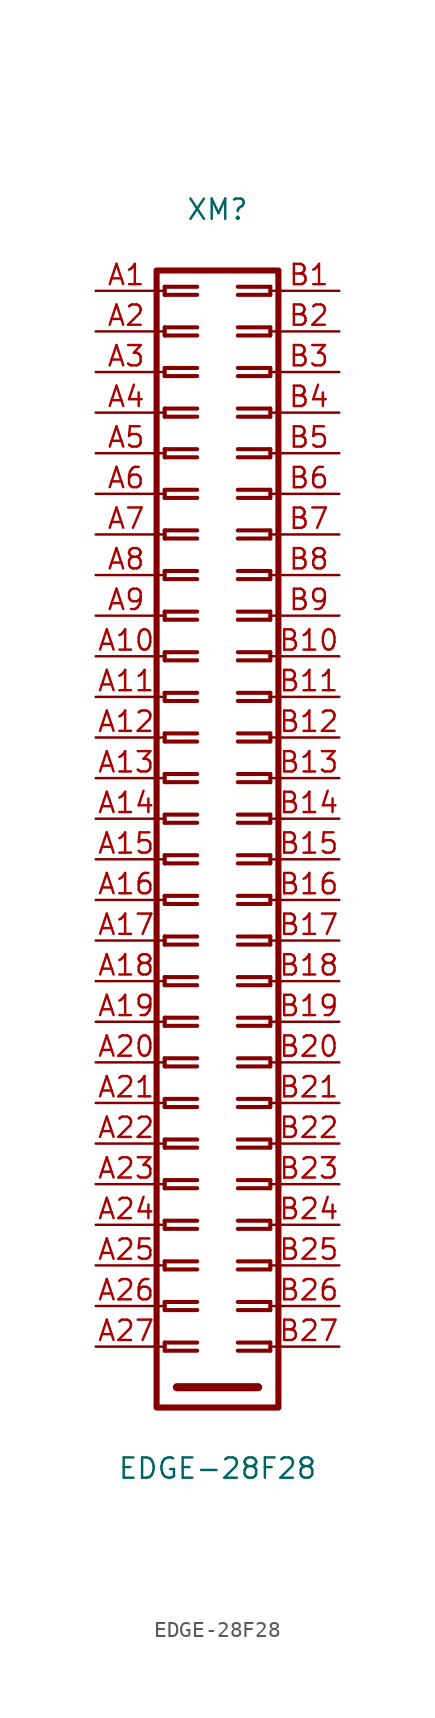
<source format=kicad_sym>
(kicad_symbol_lib
  (version 20231120)
  (generator "kicad_symbol_editor")
  (generator_version "8.0")
  (symbol "EDGE-28F28"
    (pin_names
      (offset 1.016))
    (property "Reference" "XM"
      (at 0 39.37 0)
      (effects (font (size 1.27 1.27))))
    (property "Value" "EDGE-28F28"
      (at 0 -39.37 0)
      (effects (font (size 1.27 1.27))))
    (symbol "EDGE-28F28_0_0"
      (polyline (pts (xy -2.54 -34.29) (xy 2.54 -34.29)) (stroke (width 0.508) (type default)) (fill (type none))))
    (symbol "EDGE-28F28_0_1"
      (rectangle (start -3.81 35.56) (end 3.81 -35.56) (stroke (width 0.381) (type default)) (fill (type none)))
      (polyline (pts (xy -3.81 -31.75) (xy -3.302 -31.75)) (stroke (width 0) (type default)) (fill (type none)))
      (polyline (pts (xy -3.81 -29.21) (xy -3.302 -29.21)) (stroke (width 0) (type default)) (fill (type none)))
      (polyline (pts (xy -3.81 -26.67) (xy -3.302 -26.67)) (stroke (width 0) (type default)) (fill (type none)))
      (polyline (pts (xy -3.81 -24.13) (xy -3.302 -24.13)) (stroke (width 0) (type default)) (fill (type none)))
      (polyline (pts (xy -3.81 -21.59) (xy -3.302 -21.59)) (stroke (width 0) (type default)) (fill (type none)))
      (polyline (pts (xy -3.81 -19.05) (xy -3.302 -19.05)) (stroke (width 0) (type default)) (fill (type none)))
      (polyline (pts (xy -3.81 -16.51) (xy -3.302 -16.51)) (stroke (width 0) (type default)) (fill (type none)))
      (polyline (pts (xy -3.81 -13.97) (xy -3.302 -13.97)) (stroke (width 0) (type default)) (fill (type none)))
      (polyline (pts (xy -3.81 -11.43) (xy -3.302 -11.43)) (stroke (width 0) (type default)) (fill (type none)))
      (polyline (pts (xy -3.81 -8.89) (xy -3.302 -8.89)) (stroke (width 0) (type default)) (fill (type none)))
      (polyline (pts (xy -3.81 -6.35) (xy -3.302 -6.35)) (stroke (width 0) (type default)) (fill (type none)))
      (polyline (pts (xy -3.81 -3.81) (xy -3.302 -3.81)) (stroke (width 0) (type default)) (fill (type none)))
      (polyline (pts (xy -3.81 -1.27) (xy -3.302 -1.27)) (stroke (width 0) (type default)) (fill (type none)))
      (polyline (pts (xy -3.81 1.27) (xy -3.302 1.27)) (stroke (width 0) (type default)) (fill (type none)))
      (polyline (pts (xy -3.81 3.81) (xy -3.302 3.81)) (stroke (width 0) (type default)) (fill (type none)))
      (polyline (pts (xy -3.81 6.35) (xy -3.302 6.35)) (stroke (width 0) (type default)) (fill (type none)))
      (polyline (pts (xy -3.81 8.89) (xy -3.302 8.89)) (stroke (width 0) (type default)) (fill (type none)))
      (polyline (pts (xy -3.81 11.43) (xy -3.302 11.43)) (stroke (width 0) (type default)) (fill (type none)))
      (polyline (pts (xy -3.81 13.97) (xy -3.302 13.97)) (stroke (width 0) (type default)) (fill (type none)))
      (polyline (pts (xy -3.81 16.51) (xy -3.302 16.51)) (stroke (width 0) (type default)) (fill (type none)))
      (polyline (pts (xy -3.81 19.05) (xy -3.302 19.05)) (stroke (width 0) (type default)) (fill (type none)))
      (polyline (pts (xy -3.81 21.59) (xy -3.302 21.59)) (stroke (width 0) (type default)) (fill (type none)))
      (polyline (pts (xy -3.81 24.13) (xy -3.302 24.13)) (stroke (width 0) (type default)) (fill (type none)))
      (polyline (pts (xy -3.81 26.67) (xy -3.302 26.67)) (stroke (width 0) (type default)) (fill (type none)))
      (polyline (pts (xy -3.81 29.21) (xy -3.302 29.21)) (stroke (width 0) (type default)) (fill (type none)))
      (polyline (pts (xy -3.81 31.75) (xy -3.302 31.75)) (stroke (width 0) (type default)) (fill (type none)))
      (polyline (pts (xy -3.81 34.29) (xy -3.302 34.29)) (stroke (width 0) (type default)) (fill (type none)))
      (polyline (pts (xy -3.302 -32.004) (xy -3.302 -31.496)) (stroke (width 0.254) (type default)) (fill (type none)))
      (polyline (pts (xy -3.302 -32.004) (xy -1.27 -32.004)) (stroke (width 0.254) (type default)) (fill (type none)))
      (polyline (pts (xy -3.302 -31.496) (xy -1.27 -31.496)) (stroke (width 0.254) (type default)) (fill (type none)))
      (polyline (pts (xy -3.302 -29.464) (xy -3.302 -28.956)) (stroke (width 0.254) (type default)) (fill (type none)))
      (polyline (pts (xy -3.302 -29.464) (xy -1.27 -29.464)) (stroke (width 0.254) (type default)) (fill (type none)))
      (polyline (pts (xy -3.302 -28.956) (xy -1.27 -28.956)) (stroke (width 0.254) (type default)) (fill (type none)))
      (polyline (pts (xy -3.302 -26.924) (xy -3.302 -26.416)) (stroke (width 0.254) (type default)) (fill (type none)))
      (polyline (pts (xy -3.302 -26.924) (xy -1.27 -26.924)) (stroke (width 0.254) (type default)) (fill (type none)))
      (polyline (pts (xy -3.302 -26.416) (xy -1.27 -26.416)) (stroke (width 0.254) (type default)) (fill (type none)))
      (polyline (pts (xy -3.302 -24.384) (xy -3.302 -23.876)) (stroke (width 0.254) (type default)) (fill (type none)))
      (polyline (pts (xy -3.302 -24.384) (xy -1.27 -24.384)) (stroke (width 0.254) (type default)) (fill (type none)))
      (polyline (pts (xy -3.302 -23.876) (xy -1.27 -23.876)) (stroke (width 0.254) (type default)) (fill (type none)))
      (polyline (pts (xy -3.302 -21.844) (xy -3.302 -21.336)) (stroke (width 0.254) (type default)) (fill (type none)))
      (polyline (pts (xy -3.302 -21.844) (xy -1.27 -21.844)) (stroke (width 0.254) (type default)) (fill (type none)))
      (polyline (pts (xy -3.302 -21.336) (xy -1.27 -21.336)) (stroke (width 0.254) (type default)) (fill (type none)))
      (polyline (pts (xy -3.302 -19.304) (xy -3.302 -18.796)) (stroke (width 0.254) (type default)) (fill (type none)))
      (polyline (pts (xy -3.302 -19.304) (xy -1.27 -19.304)) (stroke (width 0.254) (type default)) (fill (type none)))
      (polyline (pts (xy -3.302 -18.796) (xy -1.27 -18.796)) (stroke (width 0.254) (type default)) (fill (type none)))
      (polyline (pts (xy -3.302 -16.764) (xy -3.302 -16.256)) (stroke (width 0.254) (type default)) (fill (type none)))
      (polyline (pts (xy -3.302 -16.764) (xy -1.27 -16.764)) (stroke (width 0.254) (type default)) (fill (type none)))
      (polyline (pts (xy -3.302 -16.256) (xy -1.27 -16.256)) (stroke (width 0.254) (type default)) (fill (type none)))
      (polyline (pts (xy -3.302 -14.224) (xy -3.302 -13.716)) (stroke (width 0.254) (type default)) (fill (type none)))
      (polyline (pts (xy -3.302 -14.224) (xy -1.27 -14.224)) (stroke (width 0.254) (type default)) (fill (type none)))
      (polyline (pts (xy -3.302 -13.716) (xy -1.27 -13.716)) (stroke (width 0.254) (type default)) (fill (type none)))
      (polyline (pts (xy -3.302 -11.684) (xy -3.302 -11.176)) (stroke (width 0.254) (type default)) (fill (type none)))
      (polyline (pts (xy -3.302 -11.684) (xy -1.27 -11.684)) (stroke (width 0.254) (type default)) (fill (type none)))
      (polyline (pts (xy -3.302 -11.176) (xy -1.27 -11.176)) (stroke (width 0.254) (type default)) (fill (type none)))
      (polyline (pts (xy -3.302 -9.144) (xy -3.302 -8.636)) (stroke (width 0.254) (type default)) (fill (type none)))
      (polyline (pts (xy -3.302 -9.144) (xy -1.27 -9.144)) (stroke (width 0.254) (type default)) (fill (type none)))
      (polyline (pts (xy -3.302 -8.636) (xy -1.27 -8.636)) (stroke (width 0.254) (type default)) (fill (type none)))
      (polyline (pts (xy -3.302 -6.604) (xy -3.302 -6.096)) (stroke (width 0.254) (type default)) (fill (type none)))
      (polyline (pts (xy -3.302 -6.604) (xy -1.27 -6.604)) (stroke (width 0.254) (type default)) (fill (type none)))
      (polyline (pts (xy -3.302 -6.096) (xy -1.27 -6.096)) (stroke (width 0.254) (type default)) (fill (type none)))
      (polyline (pts (xy -3.302 -4.064) (xy -3.302 -3.556)) (stroke (width 0.254) (type default)) (fill (type none)))
      (polyline (pts (xy -3.302 -4.064) (xy -1.27 -4.064)) (stroke (width 0.254) (type default)) (fill (type none)))
      (polyline (pts (xy -3.302 -3.556) (xy -1.27 -3.556)) (stroke (width 0.254) (type default)) (fill (type none)))
      (polyline (pts (xy -3.302 -1.524) (xy -3.302 -1.016)) (stroke (width 0.254) (type default)) (fill (type none)))
      (polyline (pts (xy -3.302 -1.524) (xy -1.27 -1.524)) (stroke (width 0.254) (type default)) (fill (type none)))
      (polyline (pts (xy -3.302 -1.016) (xy -1.27 -1.016)) (stroke (width 0.254) (type default)) (fill (type none)))
      (polyline (pts (xy -3.302 1.016) (xy -3.302 1.524)) (stroke (width 0.254) (type default)) (fill (type none)))
      (polyline (pts (xy -3.302 1.016) (xy -1.27 1.016)) (stroke (width 0.254) (type default)) (fill (type none)))
      (polyline (pts (xy -3.302 1.524) (xy -1.27 1.524)) (stroke (width 0.254) (type default)) (fill (type none)))
      (polyline (pts (xy -3.302 3.556) (xy -3.302 4.064)) (stroke (width 0.254) (type default)) (fill (type none)))
      (polyline (pts (xy -3.302 3.556) (xy -1.27 3.556)) (stroke (width 0.254) (type default)) (fill (type none)))
      (polyline (pts (xy -3.302 4.064) (xy -1.27 4.064)) (stroke (width 0.254) (type default)) (fill (type none)))
      (polyline (pts (xy -3.302 6.096) (xy -3.302 6.604)) (stroke (width 0.254) (type default)) (fill (type none)))
      (polyline (pts (xy -3.302 6.096) (xy -1.27 6.096)) (stroke (width 0.254) (type default)) (fill (type none)))
      (polyline (pts (xy -3.302 6.604) (xy -1.27 6.604)) (stroke (width 0.254) (type default)) (fill (type none)))
      (polyline (pts (xy -3.302 8.636) (xy -3.302 9.144)) (stroke (width 0.254) (type default)) (fill (type none)))
      (polyline (pts (xy -3.302 8.636) (xy -1.27 8.636)) (stroke (width 0.254) (type default)) (fill (type none)))
      (polyline (pts (xy -3.302 9.144) (xy -1.27 9.144)) (stroke (width 0.254) (type default)) (fill (type none)))
      (polyline (pts (xy -3.302 11.176) (xy -3.302 11.684)) (stroke (width 0.254) (type default)) (fill (type none)))
      (polyline (pts (xy -3.302 11.176) (xy -1.27 11.176)) (stroke (width 0.254) (type default)) (fill (type none)))
      (polyline (pts (xy -3.302 11.684) (xy -1.27 11.684)) (stroke (width 0.254) (type default)) (fill (type none)))
      (polyline (pts (xy -3.302 13.716) (xy -3.302 14.224)) (stroke (width 0.254) (type default)) (fill (type none)))
      (polyline (pts (xy -3.302 13.716) (xy -1.27 13.716)) (stroke (width 0.254) (type default)) (fill (type none)))
      (polyline (pts (xy -3.302 14.224) (xy -1.27 14.224)) (stroke (width 0.254) (type default)) (fill (type none)))
      (polyline (pts (xy -3.302 16.256) (xy -3.302 16.764)) (stroke (width 0.254) (type default)) (fill (type none)))
      (polyline (pts (xy -3.302 16.256) (xy -1.27 16.256)) (stroke (width 0.254) (type default)) (fill (type none)))
      (polyline (pts (xy -3.302 16.764) (xy -1.27 16.764)) (stroke (width 0.254) (type default)) (fill (type none)))
      (polyline (pts (xy -3.302 18.796) (xy -3.302 19.304)) (stroke (width 0.254) (type default)) (fill (type none)))
      (polyline (pts (xy -3.302 18.796) (xy -1.27 18.796)) (stroke (width 0.254) (type default)) (fill (type none)))
      (polyline (pts (xy -3.302 19.304) (xy -1.27 19.304)) (stroke (width 0.254) (type default)) (fill (type none)))
      (polyline (pts (xy -3.302 21.336) (xy -3.302 21.844)) (stroke (width 0.254) (type default)) (fill (type none)))
      (polyline (pts (xy -3.302 21.336) (xy -1.27 21.336)) (stroke (width 0.254) (type default)) (fill (type none)))
      (polyline (pts (xy -3.302 21.844) (xy -1.27 21.844)) (stroke (width 0.254) (type default)) (fill (type none)))
      (polyline (pts (xy -3.302 23.876) (xy -3.302 24.384)) (stroke (width 0.254) (type default)) (fill (type none)))
      (polyline (pts (xy -3.302 23.876) (xy -1.27 23.876)) (stroke (width 0.254) (type default)) (fill (type none)))
      (polyline (pts (xy -3.302 24.384) (xy -1.27 24.384)) (stroke (width 0.254) (type default)) (fill (type none)))
      (polyline (pts (xy -3.302 26.416) (xy -3.302 26.924)) (stroke (width 0.254) (type default)) (fill (type none)))
      (polyline (pts (xy -3.302 26.416) (xy -1.27 26.416)) (stroke (width 0.254) (type default)) (fill (type none)))
      (polyline (pts (xy -3.302 26.924) (xy -1.27 26.924)) (stroke (width 0.254) (type default)) (fill (type none)))
      (polyline (pts (xy -3.302 28.956) (xy -3.302 29.464)) (stroke (width 0.254) (type default)) (fill (type none)))
      (polyline (pts (xy -3.302 28.956) (xy -1.27 28.956)) (stroke (width 0.254) (type default)) (fill (type none)))
      (polyline (pts (xy -3.302 29.464) (xy -1.27 29.464)) (stroke (width 0.254) (type default)) (fill (type none)))
      (polyline (pts (xy -3.302 31.496) (xy -3.302 32.004)) (stroke (width 0.254) (type default)) (fill (type none)))
      (polyline (pts (xy -3.302 31.496) (xy -1.27 31.496)) (stroke (width 0.254) (type default)) (fill (type none)))
      (polyline (pts (xy -3.302 32.004) (xy -1.27 32.004)) (stroke (width 0.254) (type default)) (fill (type none)))
      (polyline (pts (xy -3.302 34.036) (xy -3.302 34.544)) (stroke (width 0.254) (type default)) (fill (type none)))
      (polyline (pts (xy -3.302 34.036) (xy -1.27 34.036)) (stroke (width 0.254) (type default)) (fill (type none)))
      (polyline (pts (xy -3.302 34.544) (xy -1.27 34.544)) (stroke (width 0.254) (type default)) (fill (type none)))
      (polyline (pts (xy 3.302 -32.004) (xy 1.27 -32.004)) (stroke (width 0.254) (type default)) (fill (type none)))
      (polyline (pts (xy 3.302 -32.004) (xy 3.302 -31.496)) (stroke (width 0.254) (type default)) (fill (type none)))
      (polyline (pts (xy 3.302 -31.496) (xy 1.27 -31.496)) (stroke (width 0.254) (type default)) (fill (type none)))
      (polyline (pts (xy 3.302 -29.464) (xy 1.27 -29.464)) (stroke (width 0.254) (type default)) (fill (type none)))
      (polyline (pts (xy 3.302 -29.464) (xy 3.302 -28.956)) (stroke (width 0.254) (type default)) (fill (type none)))
      (polyline (pts (xy 3.302 -28.956) (xy 1.27 -28.956)) (stroke (width 0.254) (type default)) (fill (type none)))
      (polyline (pts (xy 3.302 -26.924) (xy 1.27 -26.924)) (stroke (width 0.254) (type default)) (fill (type none)))
      (polyline (pts (xy 3.302 -26.924) (xy 3.302 -26.416)) (stroke (width 0.254) (type default)) (fill (type none)))
      (polyline (pts (xy 3.302 -26.416) (xy 1.27 -26.416)) (stroke (width 0.254) (type default)) (fill (type none)))
      (polyline (pts (xy 3.302 -24.384) (xy 1.27 -24.384)) (stroke (width 0.254) (type default)) (fill (type none)))
      (polyline (pts (xy 3.302 -24.384) (xy 3.302 -23.876)) (stroke (width 0.254) (type default)) (fill (type none)))
      (polyline (pts (xy 3.302 -23.876) (xy 1.27 -23.876)) (stroke (width 0.254) (type default)) (fill (type none)))
      (polyline (pts (xy 3.302 -21.844) (xy 1.27 -21.844)) (stroke (width 0.254) (type default)) (fill (type none)))
      (polyline (pts (xy 3.302 -21.844) (xy 3.302 -21.336)) (stroke (width 0.254) (type default)) (fill (type none)))
      (polyline (pts (xy 3.302 -21.336) (xy 1.27 -21.336)) (stroke (width 0.254) (type default)) (fill (type none)))
      (polyline (pts (xy 3.302 -19.304) (xy 1.27 -19.304)) (stroke (width 0.254) (type default)) (fill (type none)))
      (polyline (pts (xy 3.302 -19.304) (xy 3.302 -18.796)) (stroke (width 0.254) (type default)) (fill (type none)))
      (polyline (pts (xy 3.302 -18.796) (xy 1.27 -18.796)) (stroke (width 0.254) (type default)) (fill (type none)))
      (polyline (pts (xy 3.302 -16.764) (xy 1.27 -16.764)) (stroke (width 0.254) (type default)) (fill (type none)))
      (polyline (pts (xy 3.302 -16.764) (xy 3.302 -16.256)) (stroke (width 0.254) (type default)) (fill (type none)))
      (polyline (pts (xy 3.302 -16.256) (xy 1.27 -16.256)) (stroke (width 0.254) (type default)) (fill (type none)))
      (polyline (pts (xy 3.302 -14.224) (xy 1.27 -14.224)) (stroke (width 0.254) (type default)) (fill (type none)))
      (polyline (pts (xy 3.302 -14.224) (xy 3.302 -13.716)) (stroke (width 0.254) (type default)) (fill (type none)))
      (polyline (pts (xy 3.302 -13.716) (xy 1.27 -13.716)) (stroke (width 0.254) (type default)) (fill (type none)))
      (polyline (pts (xy 3.302 -11.684) (xy 1.27 -11.684)) (stroke (width 0.254) (type default)) (fill (type none)))
      (polyline (pts (xy 3.302 -11.684) (xy 3.302 -11.176)) (stroke (width 0.254) (type default)) (fill (type none)))
      (polyline (pts (xy 3.302 -11.176) (xy 1.27 -11.176)) (stroke (width 0.254) (type default)) (fill (type none)))
      (polyline (pts (xy 3.302 -9.144) (xy 1.27 -9.144)) (stroke (width 0.254) (type default)) (fill (type none)))
      (polyline (pts (xy 3.302 -9.144) (xy 3.302 -8.636)) (stroke (width 0.254) (type default)) (fill (type none)))
      (polyline (pts (xy 3.302 -8.636) (xy 1.27 -8.636)) (stroke (width 0.254) (type default)) (fill (type none)))
      (polyline (pts (xy 3.302 -6.604) (xy 1.27 -6.604)) (stroke (width 0.254) (type default)) (fill (type none)))
      (polyline (pts (xy 3.302 -6.604) (xy 3.302 -6.096)) (stroke (width 0.254) (type default)) (fill (type none)))
      (polyline (pts (xy 3.302 -6.096) (xy 1.27 -6.096)) (stroke (width 0.254) (type default)) (fill (type none)))
      (polyline (pts (xy 3.302 -4.064) (xy 1.27 -4.064)) (stroke (width 0.254) (type default)) (fill (type none)))
      (polyline (pts (xy 3.302 -4.064) (xy 3.302 -3.556)) (stroke (width 0.254) (type default)) (fill (type none)))
      (polyline (pts (xy 3.302 -3.556) (xy 1.27 -3.556)) (stroke (width 0.254) (type default)) (fill (type none)))
      (polyline (pts (xy 3.302 -1.524) (xy 1.27 -1.524)) (stroke (width 0.254) (type default)) (fill (type none)))
      (polyline (pts (xy 3.302 -1.524) (xy 3.302 -1.016)) (stroke (width 0.254) (type default)) (fill (type none)))
      (polyline (pts (xy 3.302 -1.016) (xy 1.27 -1.016)) (stroke (width 0.254) (type default)) (fill (type none)))
      (polyline (pts (xy 3.302 1.016) (xy 1.27 1.016)) (stroke (width 0.254) (type default)) (fill (type none)))
      (polyline (pts (xy 3.302 1.016) (xy 3.302 1.524)) (stroke (width 0.254) (type default)) (fill (type none)))
      (polyline (pts (xy 3.302 1.524) (xy 1.27 1.524)) (stroke (width 0.254) (type default)) (fill (type none)))
      (polyline (pts (xy 3.302 3.556) (xy 1.27 3.556)) (stroke (width 0.254) (type default)) (fill (type none)))
      (polyline (pts (xy 3.302 3.556) (xy 3.302 4.064)) (stroke (width 0.254) (type default)) (fill (type none)))
      (polyline (pts (xy 3.302 4.064) (xy 1.27 4.064)) (stroke (width 0.254) (type default)) (fill (type none)))
      (polyline (pts (xy 3.302 6.096) (xy 1.27 6.096)) (stroke (width 0.254) (type default)) (fill (type none)))
      (polyline (pts (xy 3.302 6.096) (xy 3.302 6.604)) (stroke (width 0.254) (type default)) (fill (type none)))
      (polyline (pts (xy 3.302 6.604) (xy 1.27 6.604)) (stroke (width 0.254) (type default)) (fill (type none)))
      (polyline (pts (xy 3.302 8.636) (xy 1.27 8.636)) (stroke (width 0.254) (type default)) (fill (type none)))
      (polyline (pts (xy 3.302 8.636) (xy 3.302 9.144)) (stroke (width 0.254) (type default)) (fill (type none)))
      (polyline (pts (xy 3.302 9.144) (xy 1.27 9.144)) (stroke (width 0.254) (type default)) (fill (type none)))
      (polyline (pts (xy 3.302 11.176) (xy 1.27 11.176)) (stroke (width 0.254) (type default)) (fill (type none)))
      (polyline (pts (xy 3.302 11.176) (xy 3.302 11.684)) (stroke (width 0.254) (type default)) (fill (type none)))
      (polyline (pts (xy 3.302 11.684) (xy 1.27 11.684)) (stroke (width 0.254) (type default)) (fill (type none)))
      (polyline (pts (xy 3.302 13.716) (xy 1.27 13.716)) (stroke (width 0.254) (type default)) (fill (type none)))
      (polyline (pts (xy 3.302 13.716) (xy 3.302 14.224)) (stroke (width 0.254) (type default)) (fill (type none)))
      (polyline (pts (xy 3.302 14.224) (xy 1.27 14.224)) (stroke (width 0.254) (type default)) (fill (type none)))
      (polyline (pts (xy 3.302 16.256) (xy 1.27 16.256)) (stroke (width 0.254) (type default)) (fill (type none)))
      (polyline (pts (xy 3.302 16.256) (xy 3.302 16.764)) (stroke (width 0.254) (type default)) (fill (type none)))
      (polyline (pts (xy 3.302 16.764) (xy 1.27 16.764)) (stroke (width 0.254) (type default)) (fill (type none)))
      (polyline (pts (xy 3.302 18.796) (xy 1.27 18.796)) (stroke (width 0.254) (type default)) (fill (type none)))
      (polyline (pts (xy 3.302 18.796) (xy 3.302 19.304)) (stroke (width 0.254) (type default)) (fill (type none)))
      (polyline (pts (xy 3.302 19.304) (xy 1.27 19.304)) (stroke (width 0.254) (type default)) (fill (type none)))
      (polyline (pts (xy 3.302 21.336) (xy 1.27 21.336)) (stroke (width 0.254) (type default)) (fill (type none)))
      (polyline (pts (xy 3.302 21.336) (xy 3.302 21.844)) (stroke (width 0.254) (type default)) (fill (type none)))
      (polyline (pts (xy 3.302 21.844) (xy 1.27 21.844)) (stroke (width 0.254) (type default)) (fill (type none)))
      (polyline (pts (xy 3.302 23.876) (xy 1.27 23.876)) (stroke (width 0.254) (type default)) (fill (type none)))
      (polyline (pts (xy 3.302 23.876) (xy 3.302 24.384)) (stroke (width 0.254) (type default)) (fill (type none)))
      (polyline (pts (xy 3.302 24.384) (xy 1.27 24.384)) (stroke (width 0.254) (type default)) (fill (type none)))
      (polyline (pts (xy 3.302 26.416) (xy 1.27 26.416)) (stroke (width 0.254) (type default)) (fill (type none)))
      (polyline (pts (xy 3.302 26.416) (xy 3.302 26.924)) (stroke (width 0.254) (type default)) (fill (type none)))
      (polyline (pts (xy 3.302 26.924) (xy 1.27 26.924)) (stroke (width 0.254) (type default)) (fill (type none)))
      (polyline (pts (xy 3.302 28.956) (xy 1.27 28.956)) (stroke (width 0.254) (type default)) (fill (type none)))
      (polyline (pts (xy 3.302 28.956) (xy 3.302 29.464)) (stroke (width 0.254) (type default)) (fill (type none)))
      (polyline (pts (xy 3.302 29.464) (xy 1.27 29.464)) (stroke (width 0.254) (type default)) (fill (type none)))
      (polyline (pts (xy 3.302 31.496) (xy 1.27 31.496)) (stroke (width 0.254) (type default)) (fill (type none)))
      (polyline (pts (xy 3.302 31.496) (xy 3.302 32.004)) (stroke (width 0.254) (type default)) (fill (type none)))
      (polyline (pts (xy 3.302 32.004) (xy 1.27 32.004)) (stroke (width 0.254) (type default)) (fill (type none)))
      (polyline (pts (xy 3.302 34.036) (xy 1.27 34.036)) (stroke (width 0.254) (type default)) (fill (type none)))
      (polyline (pts (xy 3.302 34.036) (xy 3.302 34.544)) (stroke (width 0.254) (type default)) (fill (type none)))
      (polyline (pts (xy 3.302 34.544) (xy 1.27 34.544)) (stroke (width 0.254) (type default)) (fill (type none)))
      (polyline (pts (xy 3.81 -31.75) (xy 3.302 -31.75)) (stroke (width 0) (type default)) (fill (type none)))
      (polyline (pts (xy 3.81 -29.21) (xy 3.302 -29.21)) (stroke (width 0) (type default)) (fill (type none)))
      (polyline (pts (xy 3.81 -26.67) (xy 3.302 -26.67)) (stroke (width 0) (type default)) (fill (type none)))
      (polyline (pts (xy 3.81 -24.13) (xy 3.302 -24.13)) (stroke (width 0) (type default)) (fill (type none)))
      (polyline (pts (xy 3.81 -21.59) (xy 3.302 -21.59)) (stroke (width 0) (type default)) (fill (type none)))
      (polyline (pts (xy 3.81 -19.05) (xy 3.302 -19.05)) (stroke (width 0) (type default)) (fill (type none)))
      (polyline (pts (xy 3.81 -16.51) (xy 3.302 -16.51)) (stroke (width 0) (type default)) (fill (type none)))
      (polyline (pts (xy 3.81 -13.97) (xy 3.302 -13.97)) (stroke (width 0) (type default)) (fill (type none)))
      (polyline (pts (xy 3.81 -11.43) (xy 3.302 -11.43)) (stroke (width 0) (type default)) (fill (type none)))
      (polyline (pts (xy 3.81 -8.89) (xy 3.302 -8.89)) (stroke (width 0) (type default)) (fill (type none)))
      (polyline (pts (xy 3.81 -6.35) (xy 3.302 -6.35)) (stroke (width 0) (type default)) (fill (type none)))
      (polyline (pts (xy 3.81 -3.81) (xy 3.302 -3.81)) (stroke (width 0) (type default)) (fill (type none)))
      (polyline (pts (xy 3.81 -1.27) (xy 3.302 -1.27)) (stroke (width 0) (type default)) (fill (type none)))
      (polyline (pts (xy 3.81 1.27) (xy 3.302 1.27)) (stroke (width 0) (type default)) (fill (type none)))
      (polyline (pts (xy 3.81 3.81) (xy 3.302 3.81)) (stroke (width 0) (type default)) (fill (type none)))
      (polyline (pts (xy 3.81 6.35) (xy 3.302 6.35)) (stroke (width 0) (type default)) (fill (type none)))
      (polyline (pts (xy 3.81 8.89) (xy 3.302 8.89)) (stroke (width 0) (type default)) (fill (type none)))
      (polyline (pts (xy 3.81 11.43) (xy 3.302 11.43)) (stroke (width 0) (type default)) (fill (type none)))
      (polyline (pts (xy 3.81 13.97) (xy 3.302 13.97)) (stroke (width 0) (type default)) (fill (type none)))
      (polyline (pts (xy 3.81 16.51) (xy 3.302 16.51)) (stroke (width 0) (type default)) (fill (type none)))
      (polyline (pts (xy 3.81 19.05) (xy 3.302 19.05)) (stroke (width 0) (type default)) (fill (type none)))
      (polyline (pts (xy 3.81 21.59) (xy 3.302 21.59)) (stroke (width 0) (type default)) (fill (type none)))
      (polyline (pts (xy 3.81 24.13) (xy 3.302 24.13)) (stroke (width 0) (type default)) (fill (type none)))
      (polyline (pts (xy 3.81 26.67) (xy 3.302 26.67)) (stroke (width 0) (type default)) (fill (type none)))
      (polyline (pts (xy 3.81 29.21) (xy 3.302 29.21)) (stroke (width 0) (type default)) (fill (type none)))
      (polyline (pts (xy 3.81 31.75) (xy 3.302 31.75)) (stroke (width 0) (type default)) (fill (type none)))
      (polyline (pts (xy 3.81 34.29) (xy 3.302 34.29)) (stroke (width 0) (type default)) (fill (type none))))
    (symbol "EDGE-28F28_1_1"
      (pin passive line (at -7.62 34.29 0) (length 3.81) (name "~" (effects (font (size 1.27 1.27)))) (number "A1" (effects (font (size 1.27 1.27)))))
      (pin passive line (at -7.62 11.43 0) (length 3.81) (name "~" (effects (font (size 1.27 1.27)))) (number "A10" (effects (font (size 1.27 1.27)))))
      (pin passive line (at -7.62 8.89 0) (length 3.81) (name "~" (effects (font (size 1.27 1.27)))) (number "A11" (effects (font (size 1.27 1.27)))))
      (pin passive line (at -7.62 6.35 0) (length 3.81) (name "~" (effects (font (size 1.27 1.27)))) (number "A12" (effects (font (size 1.27 1.27)))))
      (pin passive line (at -7.62 3.81 0) (length 3.81) (name "~" (effects (font (size 1.27 1.27)))) (number "A13" (effects (font (size 1.27 1.27)))))
      (pin passive line (at -7.62 1.27 0) (length 3.81) (name "~" (effects (font (size 1.27 1.27)))) (number "A14" (effects (font (size 1.27 1.27)))))
      (pin passive line (at -7.62 -1.27 0) (length 3.81) (name "~" (effects (font (size 1.27 1.27)))) (number "A15" (effects (font (size 1.27 1.27)))))
      (pin passive line (at -7.62 -3.81 0) (length 3.81) (name "~" (effects (font (size 1.27 1.27)))) (number "A16" (effects (font (size 1.27 1.27)))))
      (pin passive line (at -7.62 -6.35 0) (length 3.81) (name "~" (effects (font (size 1.27 1.27)))) (number "A17" (effects (font (size 1.27 1.27)))))
      (pin passive line (at -7.62 -8.89 0) (length 3.81) (name "~" (effects (font (size 1.27 1.27)))) (number "A18" (effects (font (size 1.27 1.27)))))
      (pin passive line (at -7.62 -11.43 0) (length 3.81) (name "~" (effects (font (size 1.27 1.27)))) (number "A19" (effects (font (size 1.27 1.27)))))
      (pin passive line (at -7.62 31.75 0) (length 3.81) (name "~" (effects (font (size 1.27 1.27)))) (number "A2" (effects (font (size 1.27 1.27)))))
      (pin passive line (at -7.62 -13.97 0) (length 3.81) (name "~" (effects (font (size 1.27 1.27)))) (number "A20" (effects (font (size 1.27 1.27)))))
      (pin passive line (at -7.62 -16.51 0) (length 3.81) (name "~" (effects (font (size 1.27 1.27)))) (number "A21" (effects (font (size 1.27 1.27)))))
      (pin passive line (at -7.62 -19.05 0) (length 3.81) (name "~" (effects (font (size 1.27 1.27)))) (number "A22" (effects (font (size 1.27 1.27)))))
      (pin passive line (at -7.62 -21.59 0) (length 3.81) (name "~" (effects (font (size 1.27 1.27)))) (number "A23" (effects (font (size 1.27 1.27)))))
      (pin passive line (at -7.62 -24.13 0) (length 3.81) (name "~" (effects (font (size 1.27 1.27)))) (number "A24" (effects (font (size 1.27 1.27)))))
      (pin passive line (at -7.62 -26.67 0) (length 3.81) (name "~" (effects (font (size 1.27 1.27)))) (number "A25" (effects (font (size 1.27 1.27)))))
      (pin passive line (at -7.62 -29.21 0) (length 3.81) (name "~" (effects (font (size 1.27 1.27)))) (number "A26" (effects (font (size 1.27 1.27)))))
      (pin passive line (at -7.62 -31.75 0) (length 3.81) (name "~" (effects (font (size 1.27 1.27)))) (number "A27" (effects (font (size 1.27 1.27)))))
      (pin passive line (at -7.62 29.21 0) (length 3.81) (name "~" (effects (font (size 1.27 1.27)))) (number "A3" (effects (font (size 1.27 1.27)))))
      (pin passive line (at -7.62 26.67 0) (length 3.81) (name "~" (effects (font (size 1.27 1.27)))) (number "A4" (effects (font (size 1.27 1.27)))))
      (pin passive line (at -7.62 24.13 0) (length 3.81) (name "~" (effects (font (size 1.27 1.27)))) (number "A5" (effects (font (size 1.27 1.27)))))
      (pin passive line (at -7.62 21.59 0) (length 3.81) (name "~" (effects (font (size 1.27 1.27)))) (number "A6" (effects (font (size 1.27 1.27)))))
      (pin passive line (at -7.62 19.05 0) (length 3.81) (name "~" (effects (font (size 1.27 1.27)))) (number "A7" (effects (font (size 1.27 1.27)))))
      (pin passive line (at -7.62 16.51 0) (length 3.81) (name "~" (effects (font (size 1.27 1.27)))) (number "A8" (effects (font (size 1.27 1.27)))))
      (pin passive line (at -7.62 13.97 0) (length 3.81) (name "~" (effects (font (size 1.27 1.27)))) (number "A9" (effects (font (size 1.27 1.27)))))
      (pin passive line (at 7.62 34.29 180) (length 3.81) (name "~" (effects (font (size 1.27 1.27)))) (number "B1" (effects (font (size 1.27 1.27)))))
      (pin passive line (at 7.62 11.43 180) (length 3.81) (name "~" (effects (font (size 1.27 1.27)))) (number "B10" (effects (font (size 1.27 1.27)))))
      (pin passive line (at 7.62 8.89 180) (length 3.81) (name "~" (effects (font (size 1.27 1.27)))) (number "B11" (effects (font (size 1.27 1.27)))))
      (pin passive line (at 7.62 6.35 180) (length 3.81) (name "~" (effects (font (size 1.27 1.27)))) (number "B12" (effects (font (size 1.27 1.27)))))
      (pin passive line (at 7.62 3.81 180) (length 3.81) (name "~" (effects (font (size 1.27 1.27)))) (number "B13" (effects (font (size 1.27 1.27)))))
      (pin passive line (at 7.62 1.27 180) (length 3.81) (name "~" (effects (font (size 1.27 1.27)))) (number "B14" (effects (font (size 1.27 1.27)))))
      (pin passive line (at 7.62 -1.27 180) (length 3.81) (name "~" (effects (font (size 1.27 1.27)))) (number "B15" (effects (font (size 1.27 1.27)))))
      (pin passive line (at 7.62 -3.81 180) (length 3.81) (name "~" (effects (font (size 1.27 1.27)))) (number "B16" (effects (font (size 1.27 1.27)))))
      (pin passive line (at 7.62 -6.35 180) (length 3.81) (name "~" (effects (font (size 1.27 1.27)))) (number "B17" (effects (font (size 1.27 1.27)))))
      (pin passive line (at 7.62 -8.89 180) (length 3.81) (name "~" (effects (font (size 1.27 1.27)))) (number "B18" (effects (font (size 1.27 1.27)))))
      (pin passive line (at 7.62 -11.43 180) (length 3.81) (name "~" (effects (font (size 1.27 1.27)))) (number "B19" (effects (font (size 1.27 1.27)))))
      (pin passive line (at 7.62 31.75 180) (length 3.81) (name "~" (effects (font (size 1.27 1.27)))) (number "B2" (effects (font (size 1.27 1.27)))))
      (pin passive line (at 7.62 -13.97 180) (length 3.81) (name "~" (effects (font (size 1.27 1.27)))) (number "B20" (effects (font (size 1.27 1.27)))))
      (pin passive line (at 7.62 -16.51 180) (length 3.81) (name "~" (effects (font (size 1.27 1.27)))) (number "B21" (effects (font (size 1.27 1.27)))))
      (pin passive line (at 7.62 -19.05 180) (length 3.81) (name "~" (effects (font (size 1.27 1.27)))) (number "B22" (effects (font (size 1.27 1.27)))))
      (pin passive line (at 7.62 -21.59 180) (length 3.81) (name "~" (effects (font (size 1.27 1.27)))) (number "B23" (effects (font (size 1.27 1.27)))))
      (pin passive line (at 7.62 -24.13 180) (length 3.81) (name "~" (effects (font (size 1.27 1.27)))) (number "B24" (effects (font (size 1.27 1.27)))))
      (pin passive line (at 7.62 -26.67 180) (length 3.81) (name "~" (effects (font (size 1.27 1.27)))) (number "B25" (effects (font (size 1.27 1.27)))))
      (pin passive line (at 7.62 -29.21 180) (length 3.81) (name "~" (effects (font (size 1.27 1.27)))) (number "B26" (effects (font (size 1.27 1.27)))))
      (pin passive line (at 7.62 -31.75 180) (length 3.81) (name "~" (effects (font (size 1.27 1.27)))) (number "B27" (effects (font (size 1.27 1.27)))))
      (pin passive line (at 7.62 29.21 180) (length 3.81) (name "~" (effects (font (size 1.27 1.27)))) (number "B3" (effects (font (size 1.27 1.27)))))
      (pin passive line (at 7.62 26.67 180) (length 3.81) (name "~" (effects (font (size 1.27 1.27)))) (number "B4" (effects (font (size 1.27 1.27)))))
      (pin passive line (at 7.62 24.13 180) (length 3.81) (name "~" (effects (font (size 1.27 1.27)))) (number "B5" (effects (font (size 1.27 1.27)))))
      (pin passive line (at 7.62 21.59 180) (length 3.81) (name "~" (effects (font (size 1.27 1.27)))) (number "B6" (effects (font (size 1.27 1.27)))))
      (pin passive line (at 7.62 19.05 180) (length 3.81) (name "~" (effects (font (size 1.27 1.27)))) (number "B7" (effects (font (size 1.27 1.27)))))
      (pin passive line (at 7.62 16.51 180) (length 3.81) (name "~" (effects (font (size 1.27 1.27)))) (number "B8" (effects (font (size 1.27 1.27)))))
      (pin passive line (at 7.62 13.97 180) (length 3.81) (name "~" (effects (font (size 1.27 1.27)))) (number "B9" (effects (font (size 1.27 1.27))))))))
</source>
